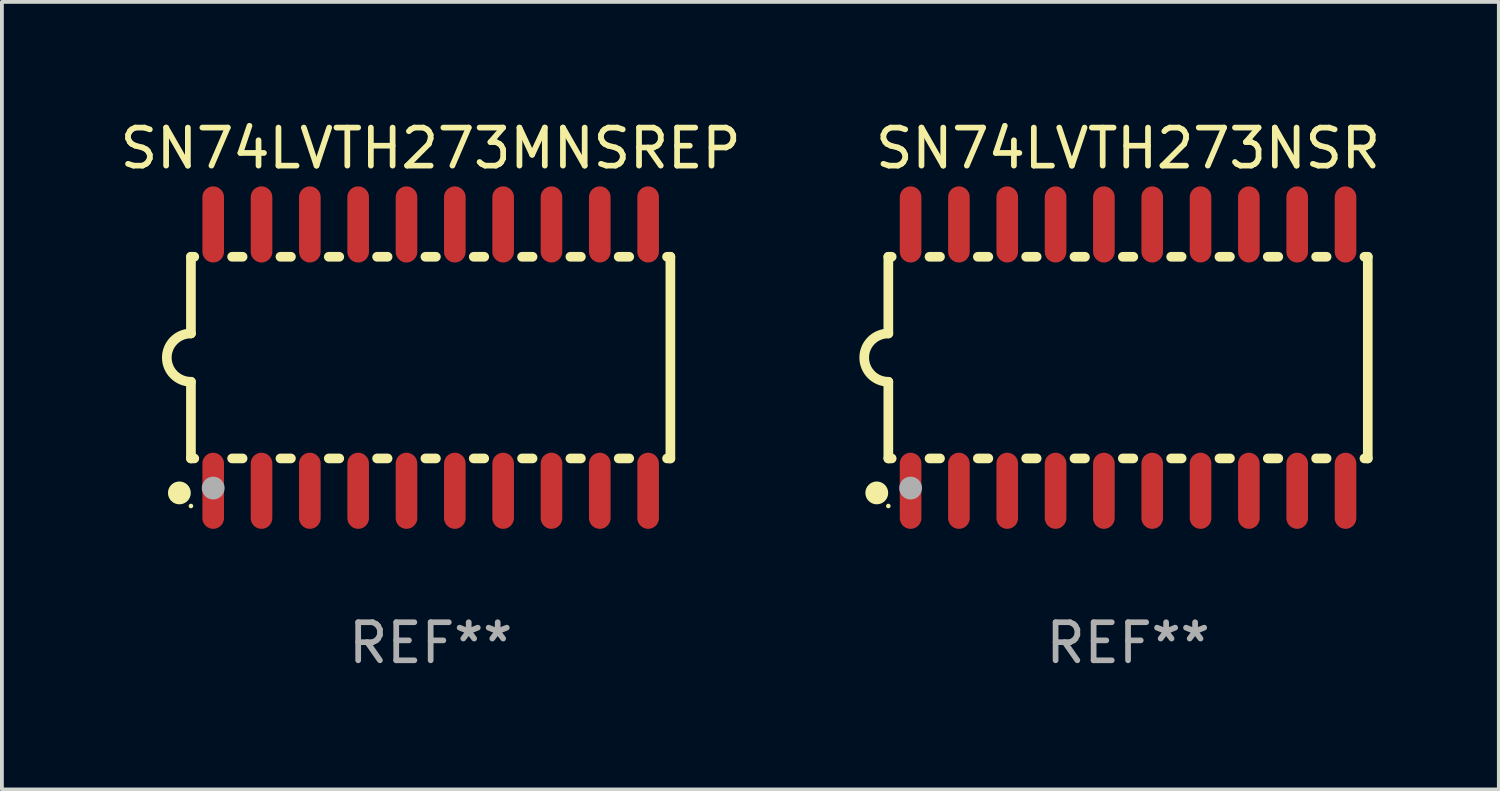
<source format=kicad_pcb>
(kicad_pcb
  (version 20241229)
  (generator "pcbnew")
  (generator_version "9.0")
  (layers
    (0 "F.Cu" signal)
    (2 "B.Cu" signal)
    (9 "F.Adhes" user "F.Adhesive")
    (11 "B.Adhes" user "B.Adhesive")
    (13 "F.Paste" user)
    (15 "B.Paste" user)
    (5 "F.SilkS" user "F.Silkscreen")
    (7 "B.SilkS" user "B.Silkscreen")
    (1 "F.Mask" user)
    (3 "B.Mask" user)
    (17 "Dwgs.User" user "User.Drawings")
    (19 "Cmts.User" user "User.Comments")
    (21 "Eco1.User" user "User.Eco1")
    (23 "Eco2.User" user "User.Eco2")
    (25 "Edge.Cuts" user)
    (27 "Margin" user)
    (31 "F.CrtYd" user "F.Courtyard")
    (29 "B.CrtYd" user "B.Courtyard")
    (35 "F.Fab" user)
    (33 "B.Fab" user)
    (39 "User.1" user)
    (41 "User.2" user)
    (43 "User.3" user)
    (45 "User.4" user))
  (footprint "SN74LVTH273NSR"
    (layer "F.Cu")
    (at 26.596 6.348)
    (property "Reference" "SN74LVTH273NSR" (at 0 -5.5 0) (layer "F.SilkS") (effects (font (size 1 1) (thickness 0.15))))
    (attr through_hole)
    (fp_line (start -6.3 -2.65) (end -6.3 -0.635) (stroke (width 0.254) (type solid)) (layer "F.SilkS"))
    (fp_line (start -6.3 -2.65) (end -6.212 -2.65) (stroke (width 0.254) (type solid)) (layer "F.SilkS"))
    (fp_line (start -6.3 2.65) (end -6.3 0.635) (stroke (width 0.254) (type solid)) (layer "F.SilkS"))
    (fp_line (start -6.3 2.65) (end -6.212 2.65) (stroke (width 0.254) (type solid)) (layer "F.SilkS"))
    (fp_line (start -5.218 -2.65) (end -4.942 -2.65) (stroke (width 0.254) (type solid)) (layer "F.SilkS"))
    (fp_line (start -5.218 2.65) (end -4.942 2.65) (stroke (width 0.254) (type solid)) (layer "F.SilkS"))
    (fp_line (start -3.948 -2.65) (end -3.672 -2.65) (stroke (width 0.254) (type solid)) (layer "F.SilkS"))
    (fp_line (start -3.948 2.65) (end -3.672 2.65) (stroke (width 0.254) (type solid)) (layer "F.SilkS"))
    (fp_line (start -2.678 -2.65) (end -2.402 -2.65) (stroke (width 0.254) (type solid)) (layer "F.SilkS"))
    (fp_line (start -2.678 2.65) (end -2.402 2.65) (stroke (width 0.254) (type solid)) (layer "F.SilkS"))
    (fp_line (start -1.408 -2.65) (end -1.132 -2.65) (stroke (width 0.254) (type solid)) (layer "F.SilkS"))
    (fp_line (start -1.408 2.65) (end -1.132 2.65) (stroke (width 0.254) (type solid)) (layer "F.SilkS"))
    (fp_line (start -0.138 -2.65) (end 0.138 -2.65) (stroke (width 0.254) (type solid)) (layer "F.SilkS"))
    (fp_line (start -0.138 2.65) (end 0.138 2.65) (stroke (width 0.254) (type solid)) (layer "F.SilkS"))
    (fp_line (start 1.132 -2.65) (end 1.408 -2.65) (stroke (width 0.254) (type solid)) (layer "F.SilkS"))
    (fp_line (start 1.132 2.65) (end 1.408 2.65) (stroke (width 0.254) (type solid)) (layer "F.SilkS"))
    (fp_line (start 2.402 -2.65) (end 2.678 -2.65) (stroke (width 0.254) (type solid)) (layer "F.SilkS"))
    (fp_line (start 2.402 2.65) (end 2.678 2.65) (stroke (width 0.254) (type solid)) (layer "F.SilkS"))
    (fp_line (start 3.672 -2.65) (end 3.948 -2.65) (stroke (width 0.254) (type solid)) (layer "F.SilkS"))
    (fp_line (start 3.672 2.65) (end 3.948 2.65) (stroke (width 0.254) (type solid)) (layer "F.SilkS"))
    (fp_line (start 4.942 -2.65) (end 5.218 -2.65) (stroke (width 0.254) (type solid)) (layer "F.SilkS"))
    (fp_line (start 4.942 2.65) (end 5.218 2.65) (stroke (width 0.254) (type solid)) (layer "F.SilkS"))
    (fp_line (start 6.212 -2.65) (end 6.3 -2.65) (stroke (width 0.254) (type solid)) (layer "F.SilkS"))
    (fp_line (start 6.212 2.65) (end 6.3 2.65) (stroke (width 0.254) (type solid)) (layer "F.SilkS"))
    (fp_line (start 6.3 -2.65) (end 6.3 2.65) (stroke (width 0.254) (type solid)) (layer "F.SilkS"))
    (fp_arc (start -6.299975 0.634874) (mid -6.933579 0.000127) (end -6.299213 -0.633858) (stroke (width 0.254001) (type solid)) (layer "F.SilkS"))
    (fp_circle (center -6.604 3.556) (end -6.454 3.556) (stroke (width 0.3) (type solid)) (fill no) (layer "F.SilkS"))
    (fp_circle (center -6.3 3.9) (end -6.27 3.9) (stroke (width 0.06) (type solid)) (fill no) (layer "F.SilkS"))
    (fp_circle (center -5.715 3.429) (end -5.565 3.429) (stroke (width 0.3) (type solid)) (fill no) (layer "F.Fab"))
    (fp_text user "REF**" (at 0 7.5 0) (layer "F.Fab") (effects (font (size 1 1) (thickness 0.15))))
    (pad "1" smd oval (at -5.715 3.5) (size 0.568 2) (layers "F.Cu" "F.Mask" "F.Paste"))
    (pad "2" smd oval (at -4.445 3.5) (size 0.568 2) (layers "F.Cu" "F.Mask" "F.Paste"))
    (pad "3" smd oval (at -3.175 3.5) (size 0.568 2) (layers "F.Cu" "F.Mask" "F.Paste"))
    (pad "4" smd oval (at -1.905 3.5) (size 0.568 2) (layers "F.Cu" "F.Mask" "F.Paste"))
    (pad "5" smd oval (at -0.635 3.5) (size 0.568 2) (layers "F.Cu" "F.Mask" "F.Paste"))
    (pad "6" smd oval (at 0.635 3.5) (size 0.568 2) (layers "F.Cu" "F.Mask" "F.Paste"))
    (pad "7" smd oval (at 1.905 3.5) (size 0.568 2) (layers "F.Cu" "F.Mask" "F.Paste"))
    (pad "8" smd oval (at 3.175 3.5) (size 0.568 2) (layers "F.Cu" "F.Mask" "F.Paste"))
    (pad "9" smd oval (at 4.445 3.5) (size 0.568 2) (layers "F.Cu" "F.Mask" "F.Paste"))
    (pad "10" smd oval (at 5.715 3.5) (size 0.568 2) (layers "F.Cu" "F.Mask" "F.Paste"))
    (pad "11" smd oval (at 5.715 -3.5) (size 0.568 2) (layers "F.Cu" "F.Mask" "F.Paste"))
    (pad "12" smd oval (at 4.445 -3.5) (size 0.568 2) (layers "F.Cu" "F.Mask" "F.Paste"))
    (pad "13" smd oval (at 3.175 -3.5) (size 0.568 2) (layers "F.Cu" "F.Mask" "F.Paste"))
    (pad "14" smd oval (at 1.905 -3.5) (size 0.568 2) (layers "F.Cu" "F.Mask" "F.Paste"))
    (pad "15" smd oval (at 0.635 -3.5) (size 0.568 2) (layers "F.Cu" "F.Mask" "F.Paste"))
    (pad "16" smd oval (at -0.635 -3.5) (size 0.568 2) (layers "F.Cu" "F.Mask" "F.Paste"))
    (pad "17" smd oval (at -1.905 -3.5) (size 0.568 2) (layers "F.Cu" "F.Mask" "F.Paste"))
    (pad "18" smd oval (at -3.175 -3.5) (size 0.568 2) (layers "F.Cu" "F.Mask" "F.Paste"))
    (pad "19" smd oval (at -4.445 -3.5) (size 0.568 2) (layers "F.Cu" "F.Mask" "F.Paste"))
    (pad "20" smd oval (at -5.715 -3.5) (size 0.568 2) (layers "F.Cu" "F.Mask" "F.Paste")))
  (footprint "SN74LVTH273MNSREP"
    (layer "F.Cu")
    (at 8.268 6.348)
    (property "Reference" "SN74LVTH273MNSREP" (at 0 -5.5 0) (layer "F.SilkS") (effects (font (size 1 1) (thickness 0.15))))
    (attr through_hole)
    (fp_line (start -6.3 -2.65) (end -6.3 -0.635) (stroke (width 0.254) (type solid)) (layer "F.SilkS"))
    (fp_line (start -6.3 -2.65) (end -6.212 -2.65) (stroke (width 0.254) (type solid)) (layer "F.SilkS"))
    (fp_line (start -6.3 2.65) (end -6.3 0.635) (stroke (width 0.254) (type solid)) (layer "F.SilkS"))
    (fp_line (start -6.3 2.65) (end -6.212 2.65) (stroke (width 0.254) (type solid)) (layer "F.SilkS"))
    (fp_line (start -5.218 -2.65) (end -4.942 -2.65) (stroke (width 0.254) (type solid)) (layer "F.SilkS"))
    (fp_line (start -5.218 2.65) (end -4.942 2.65) (stroke (width 0.254) (type solid)) (layer "F.SilkS"))
    (fp_line (start -3.948 -2.65) (end -3.672 -2.65) (stroke (width 0.254) (type solid)) (layer "F.SilkS"))
    (fp_line (start -3.948 2.65) (end -3.672 2.65) (stroke (width 0.254) (type solid)) (layer "F.SilkS"))
    (fp_line (start -2.678 -2.65) (end -2.402 -2.65) (stroke (width 0.254) (type solid)) (layer "F.SilkS"))
    (fp_line (start -2.678 2.65) (end -2.402 2.65) (stroke (width 0.254) (type solid)) (layer "F.SilkS"))
    (fp_line (start -1.408 -2.65) (end -1.132 -2.65) (stroke (width 0.254) (type solid)) (layer "F.SilkS"))
    (fp_line (start -1.408 2.65) (end -1.132 2.65) (stroke (width 0.254) (type solid)) (layer "F.SilkS"))
    (fp_line (start -0.138 -2.65) (end 0.138 -2.65) (stroke (width 0.254) (type solid)) (layer "F.SilkS"))
    (fp_line (start -0.138 2.65) (end 0.138 2.65) (stroke (width 0.254) (type solid)) (layer "F.SilkS"))
    (fp_line (start 1.132 -2.65) (end 1.408 -2.65) (stroke (width 0.254) (type solid)) (layer "F.SilkS"))
    (fp_line (start 1.132 2.65) (end 1.408 2.65) (stroke (width 0.254) (type solid)) (layer "F.SilkS"))
    (fp_line (start 2.402 -2.65) (end 2.678 -2.65) (stroke (width 0.254) (type solid)) (layer "F.SilkS"))
    (fp_line (start 2.402 2.65) (end 2.678 2.65) (stroke (width 0.254) (type solid)) (layer "F.SilkS"))
    (fp_line (start 3.672 -2.65) (end 3.948 -2.65) (stroke (width 0.254) (type solid)) (layer "F.SilkS"))
    (fp_line (start 3.672 2.65) (end 3.948 2.65) (stroke (width 0.254) (type solid)) (layer "F.SilkS"))
    (fp_line (start 4.942 -2.65) (end 5.218 -2.65) (stroke (width 0.254) (type solid)) (layer "F.SilkS"))
    (fp_line (start 4.942 2.65) (end 5.218 2.65) (stroke (width 0.254) (type solid)) (layer "F.SilkS"))
    (fp_line (start 6.212 -2.65) (end 6.3 -2.65) (stroke (width 0.254) (type solid)) (layer "F.SilkS"))
    (fp_line (start 6.212 2.65) (end 6.3 2.65) (stroke (width 0.254) (type solid)) (layer "F.SilkS"))
    (fp_line (start 6.3 -2.65) (end 6.3 2.65) (stroke (width 0.254) (type solid)) (layer "F.SilkS"))
    (fp_arc (start -6.299975 0.634874) (mid -6.933579 0.000127) (end -6.299213 -0.633858) (stroke (width 0.254001) (type solid)) (layer "F.SilkS"))
    (fp_circle (center -6.604 3.556) (end -6.454 3.556) (stroke (width 0.3) (type solid)) (fill no) (layer "F.SilkS"))
    (fp_circle (center -6.3 3.9) (end -6.27 3.9) (stroke (width 0.06) (type solid)) (fill no) (layer "F.SilkS"))
    (fp_circle (center -5.715 3.429) (end -5.565 3.429) (stroke (width 0.3) (type solid)) (fill no) (layer "F.Fab"))
    (fp_text user "REF**" (at 0 7.5 0) (layer "F.Fab") (effects (font (size 1 1) (thickness 0.15))))
    (pad "1" smd oval (at -5.715 3.5) (size 0.568 2) (layers "F.Cu" "F.Mask" "F.Paste"))
    (pad "2" smd oval (at -4.445 3.5) (size 0.568 2) (layers "F.Cu" "F.Mask" "F.Paste"))
    (pad "3" smd oval (at -3.175 3.5) (size 0.568 2) (layers "F.Cu" "F.Mask" "F.Paste"))
    (pad "4" smd oval (at -1.905 3.5) (size 0.568 2) (layers "F.Cu" "F.Mask" "F.Paste"))
    (pad "5" smd oval (at -0.635 3.5) (size 0.568 2) (layers "F.Cu" "F.Mask" "F.Paste"))
    (pad "6" smd oval (at 0.635 3.5) (size 0.568 2) (layers "F.Cu" "F.Mask" "F.Paste"))
    (pad "7" smd oval (at 1.905 3.5) (size 0.568 2) (layers "F.Cu" "F.Mask" "F.Paste"))
    (pad "8" smd oval (at 3.175 3.5) (size 0.568 2) (layers "F.Cu" "F.Mask" "F.Paste"))
    (pad "9" smd oval (at 4.445 3.5) (size 0.568 2) (layers "F.Cu" "F.Mask" "F.Paste"))
    (pad "10" smd oval (at 5.715 3.5) (size 0.568 2) (layers "F.Cu" "F.Mask" "F.Paste"))
    (pad "11" smd oval (at 5.715 -3.5) (size 0.568 2) (layers "F.Cu" "F.Mask" "F.Paste"))
    (pad "12" smd oval (at 4.445 -3.5) (size 0.568 2) (layers "F.Cu" "F.Mask" "F.Paste"))
    (pad "13" smd oval (at 3.175 -3.5) (size 0.568 2) (layers "F.Cu" "F.Mask" "F.Paste"))
    (pad "14" smd oval (at 1.905 -3.5) (size 0.568 2) (layers "F.Cu" "F.Mask" "F.Paste"))
    (pad "15" smd oval (at 0.635 -3.5) (size 0.568 2) (layers "F.Cu" "F.Mask" "F.Paste"))
    (pad "16" smd oval (at -0.635 -3.5) (size 0.568 2) (layers "F.Cu" "F.Mask" "F.Paste"))
    (pad "17" smd oval (at -1.905 -3.5) (size 0.568 2) (layers "F.Cu" "F.Mask" "F.Paste"))
    (pad "18" smd oval (at -3.175 -3.5) (size 0.568 2) (layers "F.Cu" "F.Mask" "F.Paste"))
    (pad "19" smd oval (at -4.445 -3.5) (size 0.568 2) (layers "F.Cu" "F.Mask" "F.Paste"))
    (pad "20" smd oval (at -5.715 -3.5) (size 0.568 2) (layers "F.Cu" "F.Mask" "F.Paste")))
  (gr_rect
    (start -3 -3)
    (end 36.34 17.697)
    (stroke (width 0.1) (type default))
    (fill no)
    (layer "Edge.Cuts")))
</source>
